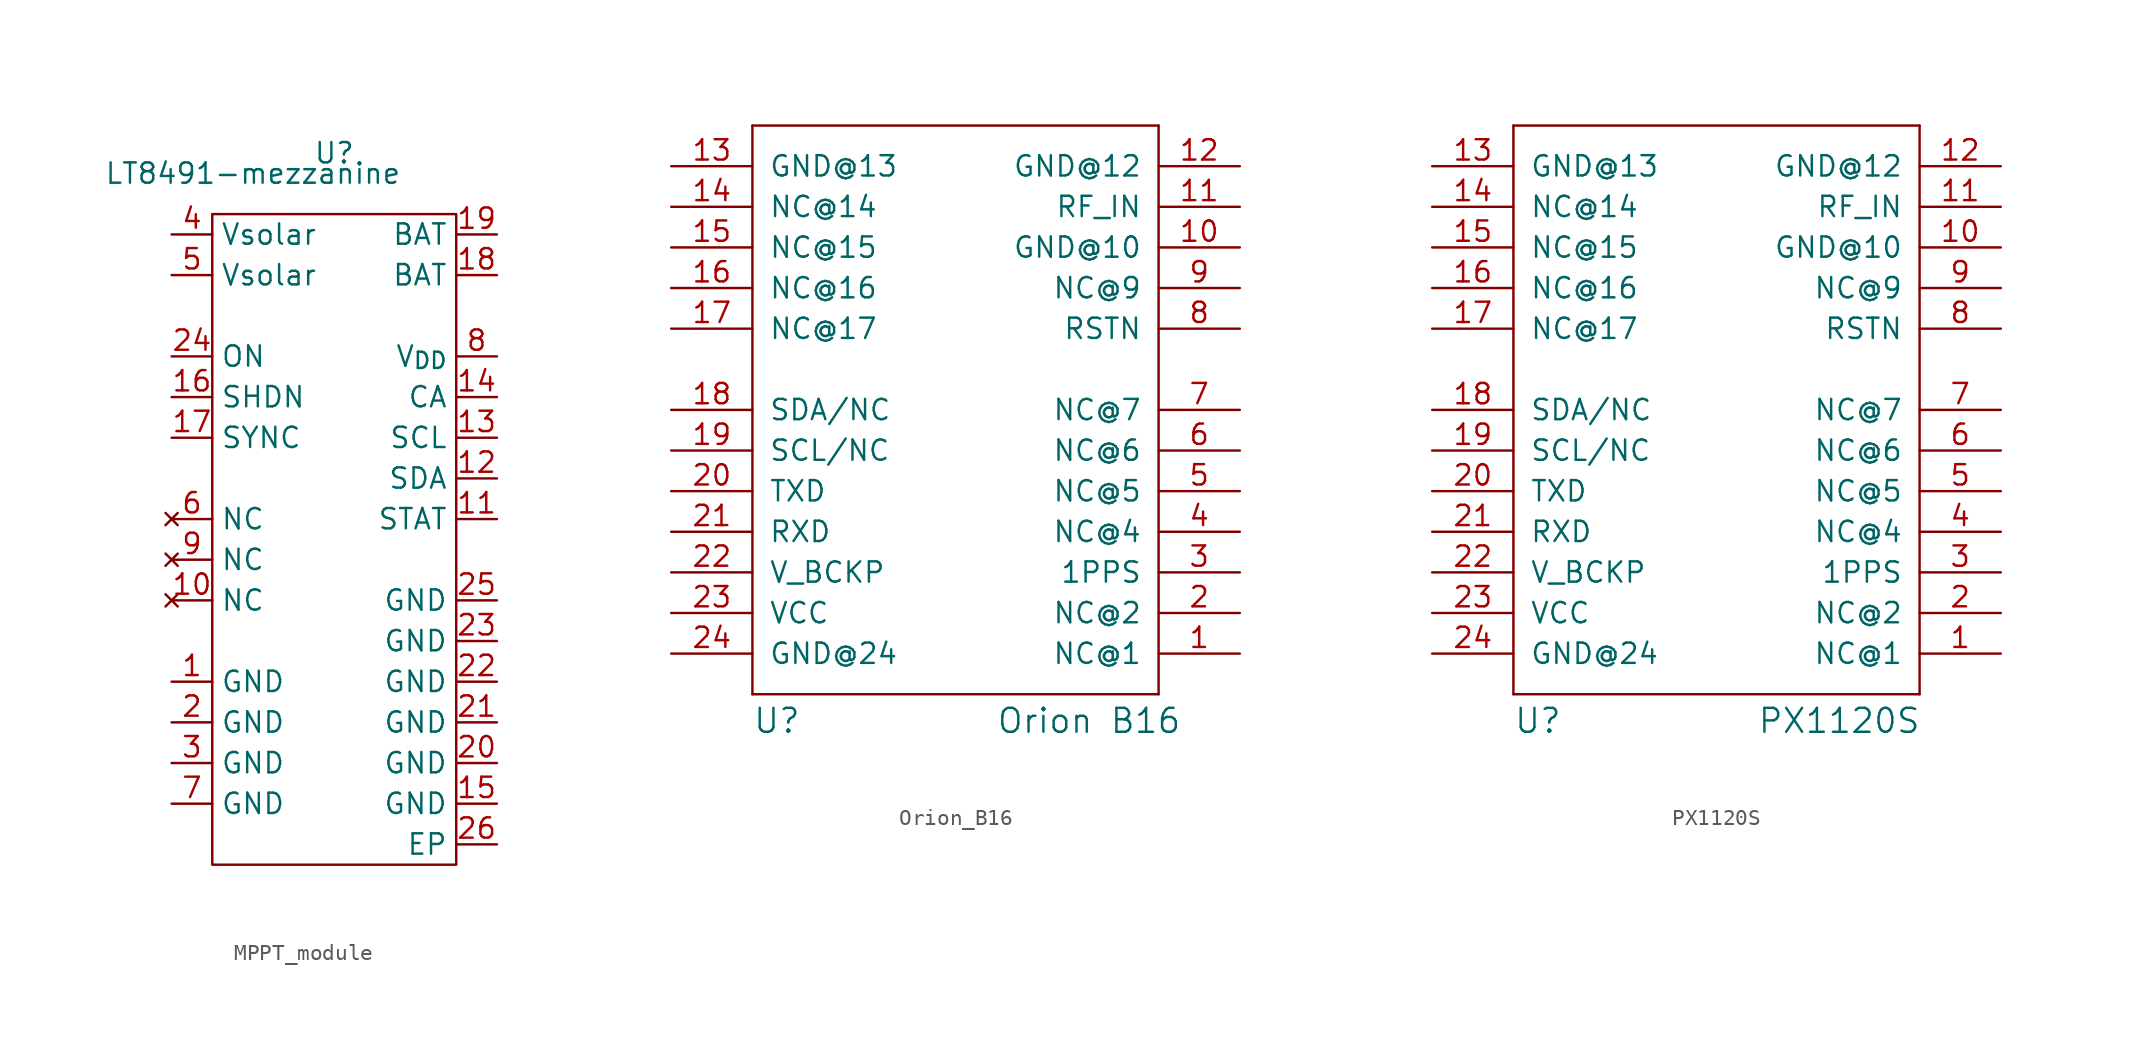
<source format=kicad_sym>
(kicad_symbol_lib
  (version 20241209)
  (generator "kicad_symbol_editor")
  (generator_version "9.0")
  (symbol "MPPT_module"
    (property "Reference" "U"
      (at -1.27 20.32 0)
      (effects (font (size 1.27 1.27))))
    (property "Value" "LT8491-mezzanine"
      (at -6.35 19.05 0)
      (effects (font (size 1.27 1.27))))
    (symbol "MPPT_module_1_0"
      (pin power_in line (at -11.43 12.7 0) (length 2.54) (name "Vsolar" (effects (font (size 1.27 1.27)))) (number "5" (effects (font (size 1.27 1.27)))))
      (pin input line (at -11.43 7.62 0) (length 2.54) (name "ON" (effects (font (size 1.27 1.27)))) (number "24" (effects (font (size 1.27 1.27)))))
      (pin input line (at -11.43 5.08 0) (length 2.54) (name "SHDN" (effects (font (size 1.27 1.27)))) (number "16" (effects (font (size 1.27 1.27)))))
      (pin input line (at -11.43 2.54 0) (length 2.54) (name "SYNC" (effects (font (size 1.27 1.27)))) (number "17" (effects (font (size 1.27 1.27)))))
      (pin no_connect line (at -11.43 -2.54 0) (length 2.54) (name "NC" (effects (font (size 1.27 1.27)))) (number "6" (effects (font (size 1.27 1.27)))))
      (pin no_connect line (at -11.43 -5.08 0) (length 2.54) (name "NC" (effects (font (size 1.27 1.27)))) (number "9" (effects (font (size 1.27 1.27)))))
      (pin no_connect line (at -11.43 -7.62 0) (length 2.54) (name "NC" (effects (font (size 1.27 1.27)))) (number "10" (effects (font (size 1.27 1.27)))))
      (pin power_in line (at -11.43 -15.24 0) (length 2.54) (name "GND" (effects (font (size 1.27 1.27)))) (number "2" (effects (font (size 1.27 1.27)))))
      (pin power_in line (at -11.43 -17.78 0) (length 2.54) (name "GND" (effects (font (size 1.27 1.27)))) (number "3" (effects (font (size 1.27 1.27)))))
      (pin power_in line (at -11.43 -20.32 0) (length 2.54) (name "GND" (effects (font (size 1.27 1.27)))) (number "7" (effects (font (size 1.27 1.27)))))
      (pin passive line (at 8.89 15.24 180) (length 2.54) (name "BAT" (effects (font (size 1.27 1.27)))) (number "19" (effects (font (size 1.27 1.27)))))
      (pin passive line (at 8.89 12.7 180) (length 2.54) (name "BAT" (effects (font (size 1.27 1.27)))) (number "18" (effects (font (size 1.27 1.27)))))
      (pin power_out line (at 8.89 7.62 180) (length 2.54) (name "V_{DD}" (effects (font (size 1.27 1.27)))) (number "8" (effects (font (size 1.27 1.27)))))
      (pin input line (at 8.89 5.08 180) (length 2.54) (name "CA" (effects (font (size 1.27 1.27)))) (number "14" (effects (font (size 1.27 1.27)))))
      (pin input line (at 8.89 2.54 180) (length 2.54) (name "SCL" (effects (font (size 1.27 1.27)))) (number "13" (effects (font (size 1.27 1.27)))))
      (pin bidirectional line (at 8.89 0 180) (length 2.54) (name "SDA" (effects (font (size 1.27 1.27)))) (number "12" (effects (font (size 1.27 1.27)))))
      (pin output line (at 8.89 -2.54 180) (length 2.54) (name "STAT" (effects (font (size 1.27 1.27)))) (number "11" (effects (font (size 1.27 1.27)))))
      (pin power_in line (at 8.89 -7.62 180) (length 2.54) (name "GND" (effects (font (size 1.27 1.27)))) (number "25" (effects (font (size 1.27 1.27)))))
      (pin power_in line (at 8.89 -10.16 180) (length 2.54) (name "GND" (effects (font (size 1.27 1.27)))) (number "23" (effects (font (size 1.27 1.27)))))
      (pin power_in line (at 8.89 -12.7 180) (length 2.54) (name "GND" (effects (font (size 1.27 1.27)))) (number "22" (effects (font (size 1.27 1.27)))))
      (pin power_in line (at 8.89 -15.24 180) (length 2.54) (name "GND" (effects (font (size 1.27 1.27)))) (number "21" (effects (font (size 1.27 1.27)))))
      (pin power_in line (at 8.89 -17.78 180) (length 2.54) (name "GND" (effects (font (size 1.27 1.27)))) (number "20" (effects (font (size 1.27 1.27)))))
      (pin power_in line (at 8.89 -20.32 180) (length 2.54) (name "GND" (effects (font (size 1.27 1.27)))) (number "15" (effects (font (size 1.27 1.27)))))
      (pin passive line (at 8.89 -22.86 180) (length 2.54) (name "EP" (effects (font (size 1.27 1.27)))) (number "26" (effects (font (size 1.27 1.27))))))
    (symbol "MPPT_module_1_1"
      (rectangle (start -8.89 16.51) (end 6.35 -24.13) (stroke (width 0) (type default)) (fill (type none)))
      (pin power_in line (at -11.43 15.24 0) (length 2.54) (name "Vsolar" (effects (font (size 1.27 1.27)))) (number "4" (effects (font (size 1.27 1.27)))))
      (pin power_in line (at -11.43 -12.7 0) (length 2.54) (name "GND" (effects (font (size 1.27 1.27)))) (number "1" (effects (font (size 1.27 1.27)))))))
  (symbol "Orion_B16"
    (pin_names
      (offset 1.016))
    (property "Reference" "U"
      (at -12.7 -20.32 0)
      (effects (font (size 1.499 1.499)) (justify left bottom)))
    (property "Value" "Orion B16"
      (at 2.54 -20.32 0)
      (effects (font (size 1.499 1.499)) (justify left bottom)))
    (symbol "Orion_B16_1_0"
      (polyline (pts (xy -12.7 17.78) (xy -12.7 -17.78)) (stroke (width 0) (type default)) (fill (type none)))
      (polyline (pts (xy -12.7 -17.78) (xy 12.7 -17.78)) (stroke (width 0) (type default)) (fill (type none)))
      (polyline (pts (xy 12.7 17.78) (xy -12.7 17.78)) (stroke (width 0) (type default)) (fill (type none)))
      (polyline (pts (xy 12.7 -17.78) (xy 12.7 17.78)) (stroke (width 0) (type default)) (fill (type none)))
      (pin power_in line (at -17.78 15.24 0) (length 5.08) (name "GND@13" (effects (font (size 1.27 1.27)))) (number "13" (effects (font (size 1.27 1.27)))))
      (pin bidirectional line (at -17.78 12.7 0) (length 5.08) (name "NC@14" (effects (font (size 1.27 1.27)))) (number "14" (effects (font (size 1.27 1.27)))))
      (pin bidirectional line (at -17.78 10.16 0) (length 5.08) (name "NC@15" (effects (font (size 1.27 1.27)))) (number "15" (effects (font (size 1.27 1.27)))))
      (pin bidirectional line (at -17.78 7.62 0) (length 5.08) (name "NC@16" (effects (font (size 1.27 1.27)))) (number "16" (effects (font (size 1.27 1.27)))))
      (pin bidirectional line (at -17.78 5.08 0) (length 5.08) (name "NC@17" (effects (font (size 1.27 1.27)))) (number "17" (effects (font (size 1.27 1.27)))))
      (pin bidirectional line (at -17.78 0 0) (length 5.08) (name "SDA/NC" (effects (font (size 1.27 1.27)))) (number "18" (effects (font (size 1.27 1.27)))))
      (pin bidirectional line (at -17.78 -2.54 0) (length 5.08) (name "SCL/NC" (effects (font (size 1.27 1.27)))) (number "19" (effects (font (size 1.27 1.27)))))
      (pin bidirectional line (at -17.78 -5.08 0) (length 5.08) (name "TXD" (effects (font (size 1.27 1.27)))) (number "20" (effects (font (size 1.27 1.27)))))
      (pin bidirectional line (at -17.78 -7.62 0) (length 5.08) (name "RXD" (effects (font (size 1.27 1.27)))) (number "21" (effects (font (size 1.27 1.27)))))
      (pin power_in line (at -17.78 -10.16 0) (length 5.08) (name "V_BCKP" (effects (font (size 1.27 1.27)))) (number "22" (effects (font (size 1.27 1.27)))))
      (pin power_in line (at -17.78 -12.7 0) (length 5.08) (name "VCC" (effects (font (size 1.27 1.27)))) (number "23" (effects (font (size 1.27 1.27)))))
      (pin power_in line (at -17.78 -15.24 0) (length 5.08) (name "GND@24" (effects (font (size 1.27 1.27)))) (number "24" (effects (font (size 1.27 1.27)))))
      (pin power_in line (at 17.78 15.24 180) (length 5.08) (name "GND@12" (effects (font (size 1.27 1.27)))) (number "12" (effects (font (size 1.27 1.27)))))
      (pin bidirectional line (at 17.78 12.7 180) (length 5.08) (name "RF_IN" (effects (font (size 1.27 1.27)))) (number "11" (effects (font (size 1.27 1.27)))))
      (pin power_in line (at 17.78 10.16 180) (length 5.08) (name "GND@10" (effects (font (size 1.27 1.27)))) (number "10" (effects (font (size 1.27 1.27)))))
      (pin bidirectional line (at 17.78 7.62 180) (length 5.08) (name "NC@9" (effects (font (size 1.27 1.27)))) (number "9" (effects (font (size 1.27 1.27)))))
      (pin bidirectional line (at 17.78 5.08 180) (length 5.08) (name "RSTN" (effects (font (size 1.27 1.27)))) (number "8" (effects (font (size 1.27 1.27)))))
      (pin bidirectional line (at 17.78 0 180) (length 5.08) (name "NC@7" (effects (font (size 1.27 1.27)))) (number "7" (effects (font (size 1.27 1.27)))))
      (pin bidirectional line (at 17.78 -2.54 180) (length 5.08) (name "NC@6" (effects (font (size 1.27 1.27)))) (number "6" (effects (font (size 1.27 1.27)))))
      (pin bidirectional line (at 17.78 -5.08 180) (length 5.08) (name "NC@5" (effects (font (size 1.27 1.27)))) (number "5" (effects (font (size 1.27 1.27)))))
      (pin bidirectional line (at 17.78 -7.62 180) (length 5.08) (name "NC@4" (effects (font (size 1.27 1.27)))) (number "4" (effects (font (size 1.27 1.27)))))
      (pin bidirectional line (at 17.78 -10.16 180) (length 5.08) (name "1PPS" (effects (font (size 1.27 1.27)))) (number "3" (effects (font (size 1.27 1.27)))))
      (pin bidirectional line (at 17.78 -12.7 180) (length 5.08) (name "NC@2" (effects (font (size 1.27 1.27)))) (number "2" (effects (font (size 1.27 1.27)))))
      (pin bidirectional line (at 17.78 -15.24 180) (length 5.08) (name "NC@1" (effects (font (size 1.27 1.27)))) (number "1" (effects (font (size 1.27 1.27)))))))
  (symbol "PX1120S"
    (pin_names
      (offset 1.016))
    (property "Reference" "U"
      (at -12.7 -20.32 0)
      (effects (font (size 1.499 1.499)) (justify left bottom)))
    (property "Value" "PX1120S"
      (at 2.54 -20.32 0)
      (effects (font (size 1.499 1.499)) (justify left bottom)))
    (symbol "PX1120S_1_0"
      (polyline (pts (xy -12.7 17.78) (xy -12.7 -17.78)) (stroke (width 0) (type default)) (fill (type none)))
      (polyline (pts (xy -12.7 -17.78) (xy 12.7 -17.78)) (stroke (width 0) (type default)) (fill (type none)))
      (polyline (pts (xy 12.7 17.78) (xy -12.7 17.78)) (stroke (width 0) (type default)) (fill (type none)))
      (polyline (pts (xy 12.7 -17.78) (xy 12.7 17.78)) (stroke (width 0) (type default)) (fill (type none)))
      (pin bidirectional line (at -17.78 15.24 0) (length 5.08) (name "GND@13" (effects (font (size 1.27 1.27)))) (number "13" (effects (font (size 1.27 1.27)))))
      (pin bidirectional line (at -17.78 12.7 0) (length 5.08) (name "NC@14" (effects (font (size 1.27 1.27)))) (number "14" (effects (font (size 1.27 1.27)))))
      (pin bidirectional line (at -17.78 10.16 0) (length 5.08) (name "NC@15" (effects (font (size 1.27 1.27)))) (number "15" (effects (font (size 1.27 1.27)))))
      (pin bidirectional line (at -17.78 7.62 0) (length 5.08) (name "NC@16" (effects (font (size 1.27 1.27)))) (number "16" (effects (font (size 1.27 1.27)))))
      (pin bidirectional line (at -17.78 5.08 0) (length 5.08) (name "NC@17" (effects (font (size 1.27 1.27)))) (number "17" (effects (font (size 1.27 1.27)))))
      (pin bidirectional line (at -17.78 0 0) (length 5.08) (name "SDA/NC" (effects (font (size 1.27 1.27)))) (number "18" (effects (font (size 1.27 1.27)))))
      (pin bidirectional line (at -17.78 -2.54 0) (length 5.08) (name "SCL/NC" (effects (font (size 1.27 1.27)))) (number "19" (effects (font (size 1.27 1.27)))))
      (pin bidirectional line (at -17.78 -5.08 0) (length 5.08) (name "TXD" (effects (font (size 1.27 1.27)))) (number "20" (effects (font (size 1.27 1.27)))))
      (pin bidirectional line (at -17.78 -7.62 0) (length 5.08) (name "RXD" (effects (font (size 1.27 1.27)))) (number "21" (effects (font (size 1.27 1.27)))))
      (pin bidirectional line (at -17.78 -10.16 0) (length 5.08) (name "V_BCKP" (effects (font (size 1.27 1.27)))) (number "22" (effects (font (size 1.27 1.27)))))
      (pin bidirectional line (at -17.78 -12.7 0) (length 5.08) (name "VCC" (effects (font (size 1.27 1.27)))) (number "23" (effects (font (size 1.27 1.27)))))
      (pin bidirectional line (at -17.78 -15.24 0) (length 5.08) (name "GND@24" (effects (font (size 1.27 1.27)))) (number "24" (effects (font (size 1.27 1.27)))))
      (pin bidirectional line (at 17.78 15.24 180) (length 5.08) (name "GND@12" (effects (font (size 1.27 1.27)))) (number "12" (effects (font (size 1.27 1.27)))))
      (pin bidirectional line (at 17.78 12.7 180) (length 5.08) (name "RF_IN" (effects (font (size 1.27 1.27)))) (number "11" (effects (font (size 1.27 1.27)))))
      (pin bidirectional line (at 17.78 10.16 180) (length 5.08) (name "GND@10" (effects (font (size 1.27 1.27)))) (number "10" (effects (font (size 1.27 1.27)))))
      (pin bidirectional line (at 17.78 7.62 180) (length 5.08) (name "NC@9" (effects (font (size 1.27 1.27)))) (number "9" (effects (font (size 1.27 1.27)))))
      (pin bidirectional line (at 17.78 5.08 180) (length 5.08) (name "RSTN" (effects (font (size 1.27 1.27)))) (number "8" (effects (font (size 1.27 1.27)))))
      (pin bidirectional line (at 17.78 0 180) (length 5.08) (name "NC@7" (effects (font (size 1.27 1.27)))) (number "7" (effects (font (size 1.27 1.27)))))
      (pin bidirectional line (at 17.78 -2.54 180) (length 5.08) (name "NC@6" (effects (font (size 1.27 1.27)))) (number "6" (effects (font (size 1.27 1.27)))))
      (pin bidirectional line (at 17.78 -5.08 180) (length 5.08) (name "NC@5" (effects (font (size 1.27 1.27)))) (number "5" (effects (font (size 1.27 1.27)))))
      (pin bidirectional line (at 17.78 -7.62 180) (length 5.08) (name "NC@4" (effects (font (size 1.27 1.27)))) (number "4" (effects (font (size 1.27 1.27)))))
      (pin bidirectional line (at 17.78 -10.16 180) (length 5.08) (name "1PPS" (effects (font (size 1.27 1.27)))) (number "3" (effects (font (size 1.27 1.27)))))
      (pin bidirectional line (at 17.78 -12.7 180) (length 5.08) (name "NC@2" (effects (font (size 1.27 1.27)))) (number "2" (effects (font (size 1.27 1.27)))))
      (pin bidirectional line (at 17.78 -15.24 180) (length 5.08) (name "NC@1" (effects (font (size 1.27 1.27)))) (number "1" (effects (font (size 1.27 1.27))))))))
</source>
